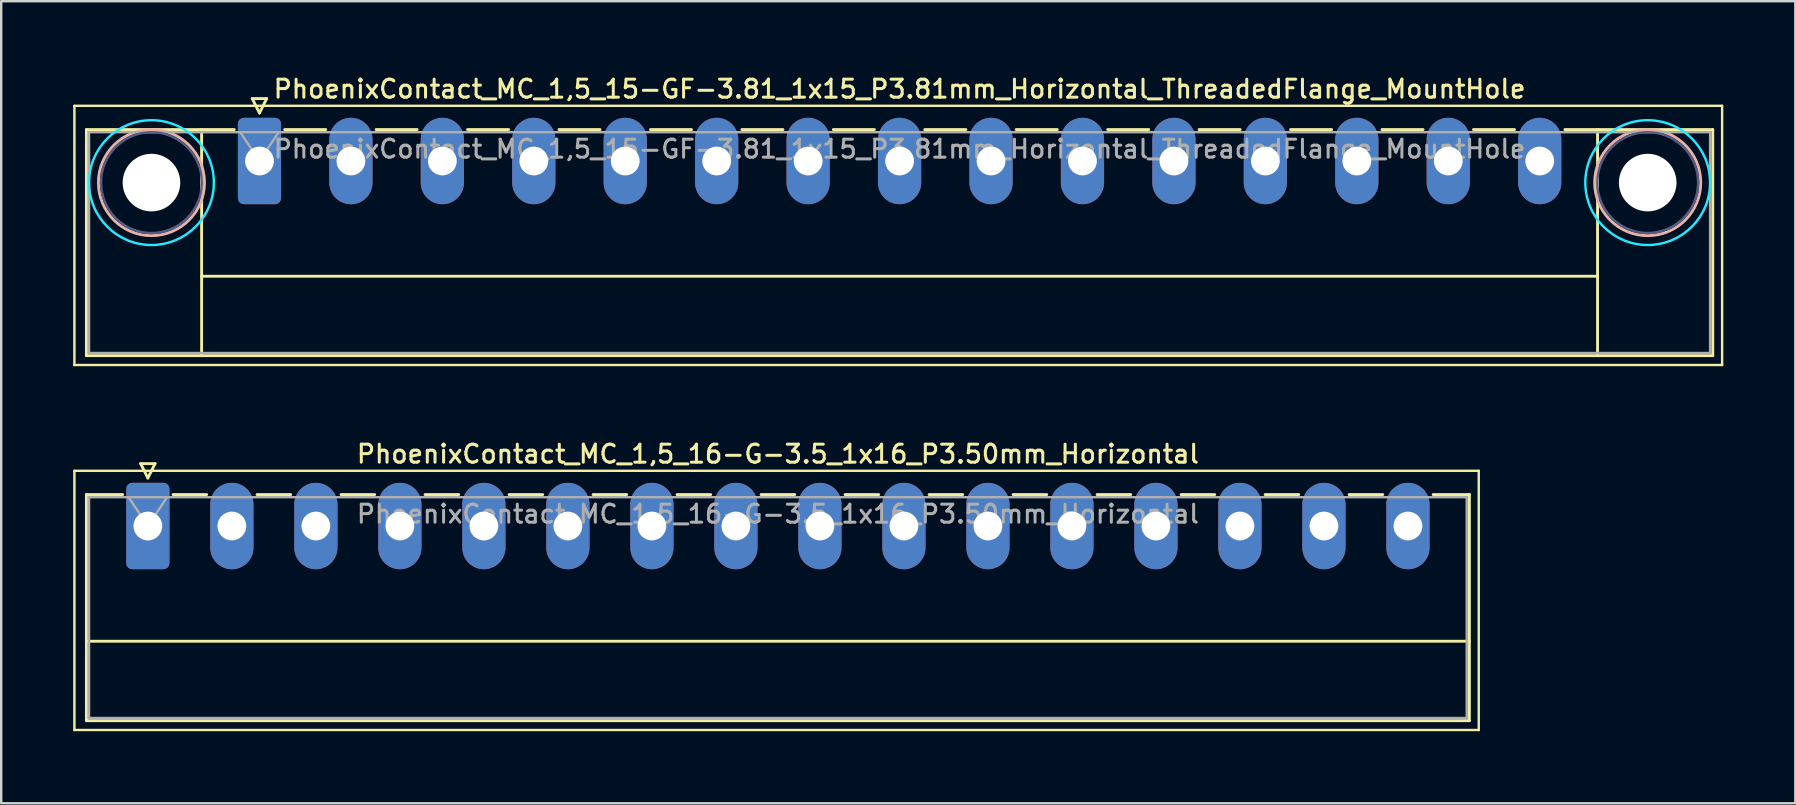
<source format=kicad_pcb>
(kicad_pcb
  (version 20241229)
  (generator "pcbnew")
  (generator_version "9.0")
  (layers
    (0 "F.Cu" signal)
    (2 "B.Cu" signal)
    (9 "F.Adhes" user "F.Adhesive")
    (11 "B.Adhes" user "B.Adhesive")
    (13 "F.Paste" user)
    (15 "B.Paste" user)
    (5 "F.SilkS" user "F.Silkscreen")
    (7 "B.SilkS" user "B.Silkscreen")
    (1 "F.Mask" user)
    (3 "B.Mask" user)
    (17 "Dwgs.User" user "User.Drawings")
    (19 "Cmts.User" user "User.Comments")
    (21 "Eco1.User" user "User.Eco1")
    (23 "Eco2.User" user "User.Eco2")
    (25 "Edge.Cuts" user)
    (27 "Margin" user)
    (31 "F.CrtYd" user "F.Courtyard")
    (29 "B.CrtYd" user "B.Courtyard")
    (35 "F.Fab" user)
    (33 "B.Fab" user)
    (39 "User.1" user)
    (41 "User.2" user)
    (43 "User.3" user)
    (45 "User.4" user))
  (footprint "PhoenixContact_MC_1,5_16-G-3.5_1x16_P3.50mm_Horizontal"
    (layer "F.Cu")
    (at 3.11 18.866)
    (property "Reference" "PhoenixContact_MC_1,5_16-G-3.5_1x16_P3.50mm_Horizontal" (at 26.25 -3 0) (layer "F.SilkS") (effects (font (size 0.75 0.75) (thickness 0.125))))
    (attr through_hole)
    (fp_line (start -3.06 -2.3) (end -3.06 8.5) (stroke (width 0.1) (type solid)) (layer "F.SilkS"))
    (fp_line (start -3.06 8.5) (end 55.45 8.5) (stroke (width 0.1) (type solid)) (layer "F.SilkS"))
    (fp_line (start -2.56 -1.31) (end -2.56 8.11) (stroke (width 0.12) (type solid)) (layer "F.SilkS"))
    (fp_line (start -2.56 -1.31) (end -1.05 -1.31) (stroke (width 0.12) (type solid)) (layer "F.SilkS"))
    (fp_line (start -2.56 4.8) (end 55.06 4.8) (stroke (width 0.12) (type solid)) (layer "F.SilkS"))
    (fp_line (start -2.56 8.11) (end 55.06 8.11) (stroke (width 0.12) (type solid)) (layer "F.SilkS"))
    (fp_line (start -0.3 -2.6) (end 0.3 -2.6) (stroke (width 0.12) (type solid)) (layer "F.SilkS"))
    (fp_line (start 0 -2) (end -0.3 -2.6) (stroke (width 0.12) (type solid)) (layer "F.SilkS"))
    (fp_line (start 0.3 -2.6) (end 0 -2) (stroke (width 0.12) (type solid)) (layer "F.SilkS"))
    (fp_line (start 1.05 -1.31) (end 2.45 -1.31) (stroke (width 0.12) (type solid)) (layer "F.SilkS"))
    (fp_line (start 4.55 -1.31) (end 5.95 -1.31) (stroke (width 0.12) (type solid)) (layer "F.SilkS"))
    (fp_line (start 8.05 -1.31) (end 9.45 -1.31) (stroke (width 0.12) (type solid)) (layer "F.SilkS"))
    (fp_line (start 11.55 -1.31) (end 12.95 -1.31) (stroke (width 0.12) (type solid)) (layer "F.SilkS"))
    (fp_line (start 15.05 -1.31) (end 16.45 -1.31) (stroke (width 0.12) (type solid)) (layer "F.SilkS"))
    (fp_line (start 18.55 -1.31) (end 19.95 -1.31) (stroke (width 0.12) (type solid)) (layer "F.SilkS"))
    (fp_line (start 22.05 -1.31) (end 23.45 -1.31) (stroke (width 0.12) (type solid)) (layer "F.SilkS"))
    (fp_line (start 25.55 -1.31) (end 26.95 -1.31) (stroke (width 0.12) (type solid)) (layer "F.SilkS"))
    (fp_line (start 29.05 -1.31) (end 30.45 -1.31) (stroke (width 0.12) (type solid)) (layer "F.SilkS"))
    (fp_line (start 32.55 -1.31) (end 33.95 -1.31) (stroke (width 0.12) (type solid)) (layer "F.SilkS"))
    (fp_line (start 36.05 -1.31) (end 37.45 -1.31) (stroke (width 0.12) (type solid)) (layer "F.SilkS"))
    (fp_line (start 39.55 -1.31) (end 40.95 -1.31) (stroke (width 0.12) (type solid)) (layer "F.SilkS"))
    (fp_line (start 43.05 -1.31) (end 44.45 -1.31) (stroke (width 0.12) (type solid)) (layer "F.SilkS"))
    (fp_line (start 46.55 -1.31) (end 47.95 -1.31) (stroke (width 0.12) (type solid)) (layer "F.SilkS"))
    (fp_line (start 50.05 -1.31) (end 51.45 -1.31) (stroke (width 0.12) (type solid)) (layer "F.SilkS"))
    (fp_line (start 55.06 -1.31) (end 53.55 -1.31) (stroke (width 0.12) (type solid)) (layer "F.SilkS"))
    (fp_line (start 55.06 8.11) (end 55.06 -1.31) (stroke (width 0.12) (type solid)) (layer "F.SilkS"))
    (fp_line (start 55.45 -2.3) (end -3.06 -2.3) (stroke (width 0.1) (type solid)) (layer "F.SilkS"))
    (fp_line (start 55.45 8.5) (end 55.45 -2.3) (stroke (width 0.1) (type solid)) (layer "F.SilkS"))
    (fp_line (start -2.45 -1.2) (end -2.45 8) (stroke (width 0.1) (type solid)) (layer "F.Fab"))
    (fp_line (start -2.45 8) (end 54.95 8) (stroke (width 0.1) (type solid)) (layer "F.Fab"))
    (fp_line (start 0 0) (end -0.8 -1.2) (stroke (width 0.1) (type solid)) (layer "F.Fab"))
    (fp_line (start 0.8 -1.2) (end 0 0) (stroke (width 0.1) (type solid)) (layer "F.Fab"))
    (fp_line (start 54.95 -1.2) (end -2.45 -1.2) (stroke (width 0.1) (type solid)) (layer "F.Fab"))
    (fp_line (start 54.95 8) (end 54.95 -1.2) (stroke (width 0.1) (type solid)) (layer "F.Fab"))
    (fp_text user "${REFERENCE}" (at 26.25 -0.5 0) (layer "F.Fab") (effects (font (size 0.75 0.75) (thickness 0.125))))
    (pad "1" thru_hole roundrect (at 0 0) (size 1.8 3.6) (drill 1.2) (layers "*.Cu" "*.Mask") (roundrect_rratio 0.139))
    (pad "2" thru_hole oval (at 3.5 0) (size 1.8 3.6) (drill 1.2) (layers "*.Cu" "*.Mask"))
    (pad "3" thru_hole oval (at 7 0) (size 1.8 3.6) (drill 1.2) (layers "*.Cu" "*.Mask"))
    (pad "4" thru_hole oval (at 10.5 0) (size 1.8 3.6) (drill 1.2) (layers "*.Cu" "*.Mask"))
    (pad "5" thru_hole oval (at 14 0) (size 1.8 3.6) (drill 1.2) (layers "*.Cu" "*.Mask"))
    (pad "6" thru_hole oval (at 17.5 0) (size 1.8 3.6) (drill 1.2) (layers "*.Cu" "*.Mask"))
    (pad "7" thru_hole oval (at 21 0) (size 1.8 3.6) (drill 1.2) (layers "*.Cu" "*.Mask"))
    (pad "8" thru_hole oval (at 24.5 0) (size 1.8 3.6) (drill 1.2) (layers "*.Cu" "*.Mask"))
    (pad "9" thru_hole oval (at 28 0) (size 1.8 3.6) (drill 1.2) (layers "*.Cu" "*.Mask"))
    (pad "10" thru_hole oval (at 31.5 0) (size 1.8 3.6) (drill 1.2) (layers "*.Cu" "*.Mask"))
    (pad "11" thru_hole oval (at 35 0) (size 1.8 3.6) (drill 1.2) (layers "*.Cu" "*.Mask"))
    (pad "12" thru_hole oval (at 38.5 0) (size 1.8 3.6) (drill 1.2) (layers "*.Cu" "*.Mask"))
    (pad "13" thru_hole oval (at 42 0) (size 1.8 3.6) (drill 1.2) (layers "*.Cu" "*.Mask"))
    (pad "14" thru_hole oval (at 45.5 0) (size 1.8 3.6) (drill 1.2) (layers "*.Cu" "*.Mask"))
    (pad "15" thru_hole oval (at 49 0) (size 1.8 3.6) (drill 1.2) (layers "*.Cu" "*.Mask"))
    (pad "16" thru_hole oval (at 52.5 0) (size 1.8 3.6) (drill 1.2) (layers "*.Cu" "*.Mask")))
  (footprint "PhoenixContact_MC_1,5_15-GF-3.81_1x15_P3.81mm_Horizontal_ThreadedFlange_MountHole"
    (layer "F.Cu")
    (at 7.76 3.658)
    (property "Reference" "PhoenixContact_MC_1,5_15-GF-3.81_1x15_P3.81mm_Horizontal_ThreadedFlange_MountHole" (at 26.67 -3 0) (layer "F.SilkS") (effects (font (size 0.75 0.75) (thickness 0.125))))
    (attr through_hole)
    (fp_line (start -7.71 -2.3) (end -7.71 8.5) (stroke (width 0.1) (type solid)) (layer "F.SilkS"))
    (fp_line (start -7.71 8.5) (end 60.94 8.5) (stroke (width 0.1) (type solid)) (layer "F.SilkS"))
    (fp_line (start -7.21 -1.31) (end -7.21 8.11) (stroke (width 0.12) (type solid)) (layer "F.SilkS"))
    (fp_line (start -7.21 -1.31) (end -1.05 -1.31) (stroke (width 0.12) (type solid)) (layer "F.SilkS"))
    (fp_line (start -7.21 8.11) (end 60.55 8.11) (stroke (width 0.12) (type solid)) (layer "F.SilkS"))
    (fp_line (start -2.41 -1.31) (end -2.41 8.11) (stroke (width 0.12) (type solid)) (layer "F.SilkS"))
    (fp_line (start -2.41 4.8) (end 55.75 4.8) (stroke (width 0.12) (type solid)) (layer "F.SilkS"))
    (fp_line (start -0.3 -2.6) (end 0.3 -2.6) (stroke (width 0.12) (type solid)) (layer "F.SilkS"))
    (fp_line (start 0 -2) (end -0.3 -2.6) (stroke (width 0.12) (type solid)) (layer "F.SilkS"))
    (fp_line (start 0.3 -2.6) (end 0 -2) (stroke (width 0.12) (type solid)) (layer "F.SilkS"))
    (fp_line (start 1.05 -1.31) (end 2.76 -1.31) (stroke (width 0.12) (type solid)) (layer "F.SilkS"))
    (fp_line (start 4.86 -1.31) (end 6.57 -1.31) (stroke (width 0.12) (type solid)) (layer "F.SilkS"))
    (fp_line (start 8.67 -1.31) (end 10.38 -1.31) (stroke (width 0.12) (type solid)) (layer "F.SilkS"))
    (fp_line (start 12.48 -1.31) (end 14.19 -1.31) (stroke (width 0.12) (type solid)) (layer "F.SilkS"))
    (fp_line (start 16.29 -1.31) (end 18 -1.31) (stroke (width 0.12) (type solid)) (layer "F.SilkS"))
    (fp_line (start 20.1 -1.31) (end 21.81 -1.31) (stroke (width 0.12) (type solid)) (layer "F.SilkS"))
    (fp_line (start 23.91 -1.31) (end 25.62 -1.31) (stroke (width 0.12) (type solid)) (layer "F.SilkS"))
    (fp_line (start 27.72 -1.31) (end 29.43 -1.31) (stroke (width 0.12) (type solid)) (layer "F.SilkS"))
    (fp_line (start 31.53 -1.31) (end 33.24 -1.31) (stroke (width 0.12) (type solid)) (layer "F.SilkS"))
    (fp_line (start 35.34 -1.31) (end 37.05 -1.31) (stroke (width 0.12) (type solid)) (layer "F.SilkS"))
    (fp_line (start 39.15 -1.31) (end 40.86 -1.31) (stroke (width 0.12) (type solid)) (layer "F.SilkS"))
    (fp_line (start 42.96 -1.31) (end 44.67 -1.31) (stroke (width 0.12) (type solid)) (layer "F.SilkS"))
    (fp_line (start 46.77 -1.31) (end 48.48 -1.31) (stroke (width 0.12) (type solid)) (layer "F.SilkS"))
    (fp_line (start 50.58 -1.31) (end 52.29 -1.31) (stroke (width 0.12) (type solid)) (layer "F.SilkS"))
    (fp_line (start 55.75 -1.31) (end 55.75 8.11) (stroke (width 0.12) (type solid)) (layer "F.SilkS"))
    (fp_line (start 60.55 -1.31) (end 54.39 -1.31) (stroke (width 0.12) (type solid)) (layer "F.SilkS"))
    (fp_line (start 60.55 8.11) (end 60.55 -1.31) (stroke (width 0.12) (type solid)) (layer "F.SilkS"))
    (fp_line (start 60.94 -2.3) (end -7.71 -2.3) (stroke (width 0.1) (type solid)) (layer "F.SilkS"))
    (fp_line (start 60.94 8.5) (end 60.94 -2.3) (stroke (width 0.1) (type solid)) (layer "F.SilkS"))
    (fp_circle (center -4.5 0.9) (end -2.29 0.9) (stroke (width 0.12) (type solid)) (fill no) (layer "B.SilkS"))
    (fp_circle (center 57.84 0.9) (end 60.05 0.9) (stroke (width 0.12) (type solid)) (fill no) (layer "B.SilkS"))
    (fp_circle (center -4.5 0.9) (end -1.9 0.9) (stroke (width 0.1) (type solid)) (fill no) (layer "B.CrtYd"))
    (fp_circle (center 57.84 0.9) (end 60.44 0.9) (stroke (width 0.1) (type solid)) (fill no) (layer "B.CrtYd"))
    (fp_circle (center -4.5 0.9) (end -2.4 0.9) (stroke (width 0.1) (type solid)) (fill no) (layer "B.Fab"))
    (fp_circle (center 57.84 0.9) (end 59.94 0.9) (stroke (width 0.1) (type solid)) (fill no) (layer "B.Fab"))
    (fp_line (start -7.1 -1.2) (end -7.1 8) (stroke (width 0.1) (type solid)) (layer "F.Fab"))
    (fp_line (start -7.1 8) (end 60.44 8) (stroke (width 0.1) (type solid)) (layer "F.Fab"))
    (fp_line (start 0 0) (end -0.8 -1.2) (stroke (width 0.1) (type solid)) (layer "F.Fab"))
    (fp_line (start 0.8 -1.2) (end 0 0) (stroke (width 0.1) (type solid)) (layer "F.Fab"))
    (fp_line (start 60.44 -1.2) (end -7.1 -1.2) (stroke (width 0.1) (type solid)) (layer "F.Fab"))
    (fp_line (start 60.44 8) (end 60.44 -1.2) (stroke (width 0.1) (type solid)) (layer "F.Fab"))
    (fp_text user "${REFERENCE}" (at 26.67 -0.5 0) (layer "F.Fab") (effects (font (size 0.75 0.75) (thickness 0.125))))
    (pad "" np_thru_hole circle (at -4.5 0.9) (size 2.4 2.4) (drill 2.4) (layers "*.Cu" "*.Mask"))
    (pad "" np_thru_hole circle (at 57.84 0.9) (size 2.4 2.4) (drill 2.4) (layers "*.Cu" "*.Mask"))
    (pad "1" thru_hole roundrect (at 0 0) (size 1.8 3.6) (drill 1.2) (layers "*.Cu" "*.Mask") (roundrect_rratio 0.139))
    (pad "2" thru_hole oval (at 3.81 0) (size 1.8 3.6) (drill 1.2) (layers "*.Cu" "*.Mask"))
    (pad "3" thru_hole oval (at 7.62 0) (size 1.8 3.6) (drill 1.2) (layers "*.Cu" "*.Mask"))
    (pad "4" thru_hole oval (at 11.43 0) (size 1.8 3.6) (drill 1.2) (layers "*.Cu" "*.Mask"))
    (pad "5" thru_hole oval (at 15.24 0) (size 1.8 3.6) (drill 1.2) (layers "*.Cu" "*.Mask"))
    (pad "6" thru_hole oval (at 19.05 0) (size 1.8 3.6) (drill 1.2) (layers "*.Cu" "*.Mask"))
    (pad "7" thru_hole oval (at 22.86 0) (size 1.8 3.6) (drill 1.2) (layers "*.Cu" "*.Mask"))
    (pad "8" thru_hole oval (at 26.67 0) (size 1.8 3.6) (drill 1.2) (layers "*.Cu" "*.Mask"))
    (pad "9" thru_hole oval (at 30.48 0) (size 1.8 3.6) (drill 1.2) (layers "*.Cu" "*.Mask"))
    (pad "10" thru_hole oval (at 34.29 0) (size 1.8 3.6) (drill 1.2) (layers "*.Cu" "*.Mask"))
    (pad "11" thru_hole oval (at 38.1 0) (size 1.8 3.6) (drill 1.2) (layers "*.Cu" "*.Mask"))
    (pad "12" thru_hole oval (at 41.91 0) (size 1.8 3.6) (drill 1.2) (layers "*.Cu" "*.Mask"))
    (pad "13" thru_hole oval (at 45.72 0) (size 1.8 3.6) (drill 1.2) (layers "*.Cu" "*.Mask"))
    (pad "14" thru_hole oval (at 49.53 0) (size 1.8 3.6) (drill 1.2) (layers "*.Cu" "*.Mask"))
    (pad "15" thru_hole oval (at 53.34 0) (size 1.8 3.6) (drill 1.2) (layers "*.Cu" "*.Mask")))
  (gr_rect
    (start -3 -3)
    (end 71.75 30.416)
    (stroke (width 0.1) (type default))
    (fill no)
    (layer "Edge.Cuts")))
</source>
